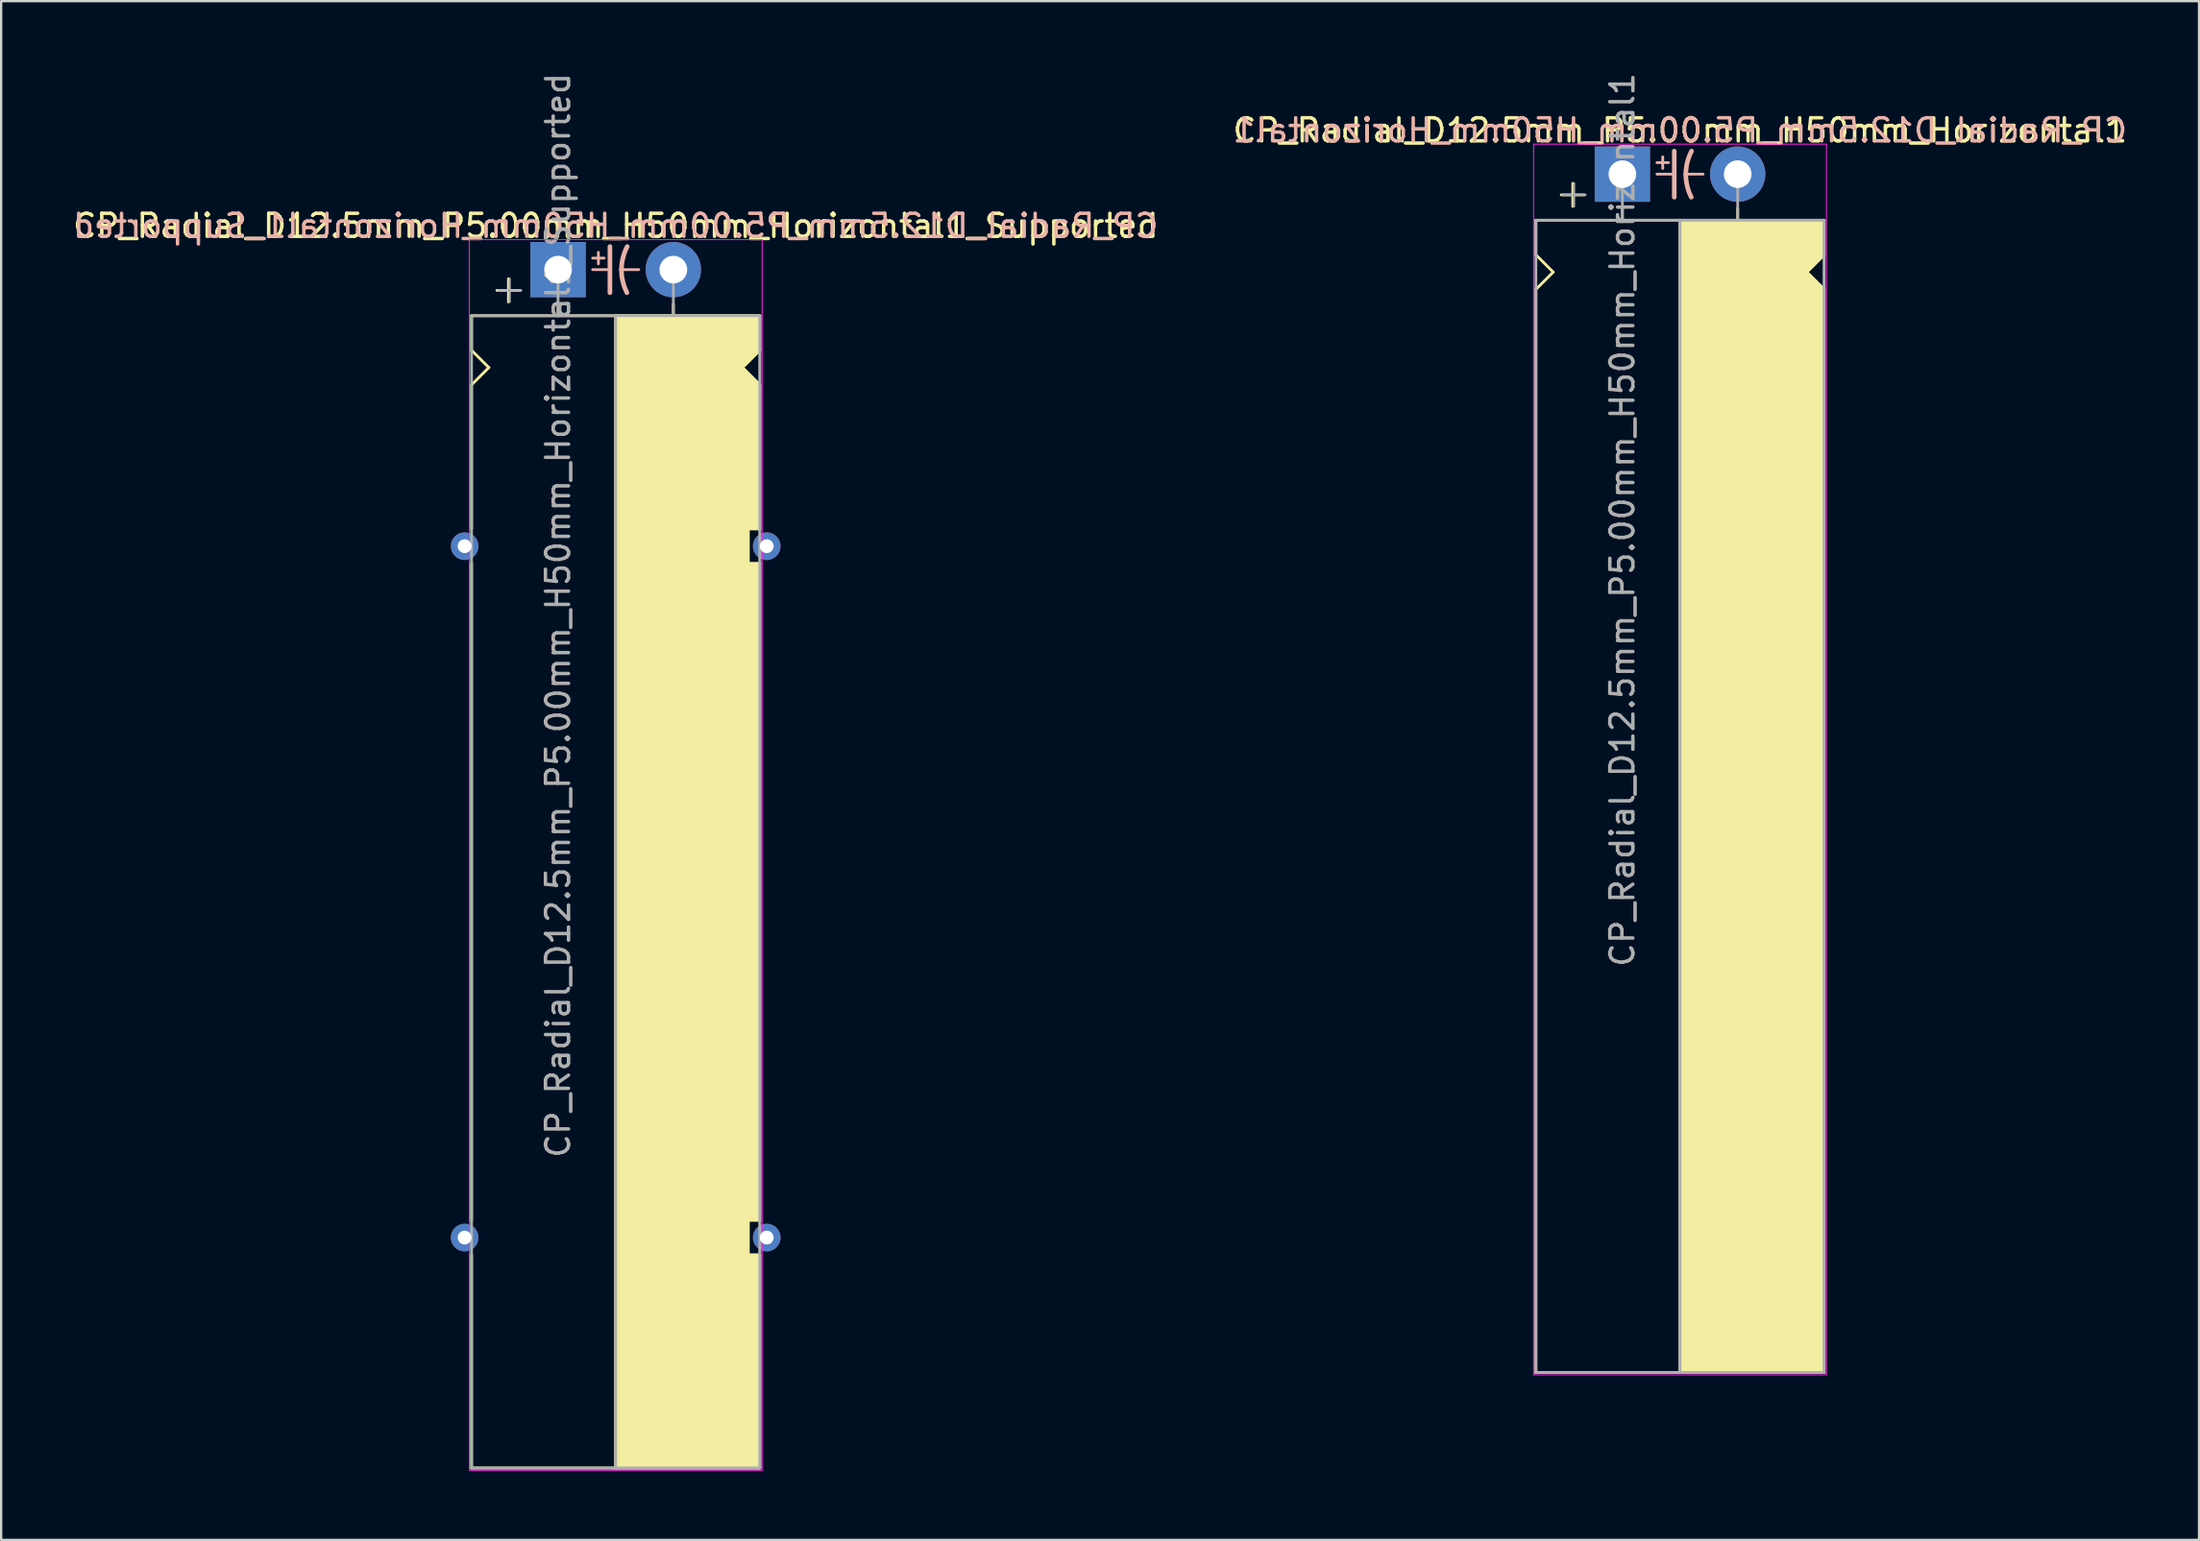
<source format=kicad_pcb>
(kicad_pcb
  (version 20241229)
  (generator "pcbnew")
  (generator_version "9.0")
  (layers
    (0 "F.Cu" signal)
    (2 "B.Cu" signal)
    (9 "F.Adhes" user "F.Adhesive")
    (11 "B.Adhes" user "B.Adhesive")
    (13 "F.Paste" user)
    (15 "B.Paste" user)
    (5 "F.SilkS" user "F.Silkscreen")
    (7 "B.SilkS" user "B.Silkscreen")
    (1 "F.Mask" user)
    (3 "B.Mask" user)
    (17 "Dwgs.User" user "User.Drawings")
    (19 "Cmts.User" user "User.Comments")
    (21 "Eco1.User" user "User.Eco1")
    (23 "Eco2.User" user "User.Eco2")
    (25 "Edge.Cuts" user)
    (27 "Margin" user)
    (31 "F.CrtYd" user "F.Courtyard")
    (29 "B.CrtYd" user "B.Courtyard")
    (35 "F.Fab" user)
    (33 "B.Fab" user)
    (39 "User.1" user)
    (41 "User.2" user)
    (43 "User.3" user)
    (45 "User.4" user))
  (footprint "CP_Radial_D12.5mm_P5.00mm_H50mm_Horizontal1"
    (layer "F.Cu")
    (at 67.304 4.506)
    (property "Reference" "CP_Radial_D12.5mm_P5.00mm_H50mm_Horizontal1" (at 2.5 -1.9 180) (layer "F.SilkS") (effects (font (size 1 1) (thickness 0.15))))
    (fp_line (start -3.75 2) (end -3.75 3.5) (stroke (width 0.12) (type solid)) (layer "F.SilkS"))
    (fp_line (start -3.75 3.5) (end -3 4.25) (stroke (width 0.12) (type solid)) (layer "F.SilkS"))
    (fp_line (start -3.75 5) (end -3.75 52) (stroke (width 0.12) (type solid)) (layer "F.SilkS"))
    (fp_line (start -3 4.25) (end -3.75 5) (stroke (width 0.12) (type solid)) (layer "F.SilkS"))
    (fp_line (start -2.15 0.4) (end -2.15 1.4) (stroke (width 0.12) (type solid)) (layer "F.SilkS"))
    (fp_line (start -1.65 0.9) (end -2.65 0.9) (stroke (width 0.12) (type solid)) (layer "F.SilkS"))
    (fp_line (start 0 1.5) (end 0 2) (stroke (width 0.12) (type solid)) (layer "F.SilkS"))
    (fp_line (start 2.5 2) (end -3.75 2) (stroke (width 0.12) (type solid)) (layer "F.SilkS"))
    (fp_line (start 2.5 2) (end 2.5 52) (stroke (width 0.12) (type solid)) (layer "F.SilkS"))
    (fp_line (start 2.5 2) (end 8.75 2) (stroke (width 0.12) (type solid)) (layer "F.SilkS"))
    (fp_line (start 5 1.5) (end 5 2) (stroke (width 0.12) (type solid)) (layer "F.SilkS"))
    (fp_line (start 8 4.25) (end 8.75 5) (stroke (width 0.12) (type solid)) (layer "F.SilkS"))
    (fp_line (start 8.75 2) (end 8.75 3.5) (stroke (width 0.12) (type solid)) (layer "F.SilkS"))
    (fp_line (start 8.75 3.5) (end 8 4.25) (stroke (width 0.12) (type solid)) (layer "F.SilkS"))
    (fp_line (start 8.75 5) (end 8.75 52) (stroke (width 0.12) (type solid)) (layer "F.SilkS"))
    (fp_line (start 8.75 52) (end -3.75 52) (stroke (width 0.12) (type solid)) (layer "F.SilkS"))
    (fp_poly (pts (xy 8.75 3.5) (xy 8 4.25) (xy 8.75 5) (xy 8.75 52) (xy 2.5 52) (xy 2.5 2) (xy 8.75 2)) (stroke (width 0.1) (type solid)) (fill yes) (layer "F.SilkS"))
    (fp_line (start 1.5 -0.5) (end 2 -0.5) (stroke (width 0.12) (type solid)) (layer "B.SilkS"))
    (fp_line (start 1.5 0) (end 2.25 0) (stroke (width 0.12) (type solid)) (layer "B.SilkS"))
    (fp_line (start 1.75 -0.75) (end 1.75 -0.25) (stroke (width 0.12) (type solid)) (layer "B.SilkS"))
    (fp_line (start 2.25 1) (end 2.25 -1) (stroke (width 0.2) (type solid)) (layer "B.SilkS"))
    (fp_line (start 3.5 0) (end 2.75 0) (stroke (width 0.12) (type solid)) (layer "B.SilkS"))
    (fp_arc (start 2.75 0) (mid 2.816707 -0.514573) (end 3 -1) (stroke (width 0.2) (type solid)) (layer "B.SilkS"))
    (fp_arc (start 2.987539 1) (mid 2.810247 0.513901) (end 2.75 0) (stroke (width 0.2) (type solid)) (layer "B.SilkS"))
    (fp_line (start -3.85 -1.3) (end 8.85 -1.3) (stroke (width 0.04) (type solid)) (layer "F.CrtYd"))
    (fp_line (start -3.85 52.1) (end -3.85 -1.3) (stroke (width 0.04) (type solid)) (layer "F.CrtYd"))
    (fp_line (start 8.85 -1.3) (end 8.85 52.1) (stroke (width 0.04) (type solid)) (layer "F.CrtYd"))
    (fp_line (start 8.85 52.1) (end -3.85 52.1) (stroke (width 0.04) (type solid)) (layer "F.CrtYd"))
    (fp_line (start -3.75 2) (end -3.75 52) (stroke (width 0.12) (type solid)) (layer "F.Fab"))
    (fp_line (start -3.75 52) (end 8.75 52) (stroke (width 0.12) (type solid)) (layer "F.Fab"))
    (fp_line (start -2.6 0.9) (end -1.6 0.9) (stroke (width 0.1) (type solid)) (layer "F.Fab"))
    (fp_line (start -2.1 1.4) (end -2.1 0.4) (stroke (width 0.1) (type solid)) (layer "F.Fab"))
    (fp_line (start 0 0) (end 0 2) (stroke (width 0.12) (type solid)) (layer "F.Fab"))
    (fp_line (start 0 2) (end -3.75 2) (stroke (width 0.12) (type solid)) (layer "F.Fab"))
    (fp_line (start 2.5 2) (end 2.5 52) (stroke (width 0.12) (type solid)) (layer "F.Fab"))
    (fp_line (start 5 2) (end 5 0) (stroke (width 0.12) (type solid)) (layer "F.Fab"))
    (fp_line (start 8.75 2) (end 0 2) (stroke (width 0.12) (type solid)) (layer "F.Fab"))
    (fp_line (start 8.75 52) (end 8.75 2) (stroke (width 0.12) (type solid)) (layer "F.Fab"))
    (fp_poly (pts (xy 8.75 52) (xy 2.5 52) (xy 2.5 2) (xy 8.75 2)) (stroke (width 0.1) (type solid)) (fill no) (layer "F.Fab"))
    (fp_text user "${REFERENCE}" (at 2.5 -1.9 0) (layer "B.SilkS") (effects (font (size 1 1) (thickness 0.15)) (justify mirror)))
    (fp_text user "${REFERENCE}" (at 0 15 90) (layer "F.Fab") (effects (font (size 1 1) (thickness 0.15))))
    (pad "1" thru_hole rect (at 0 0) (size 2.4 2.4) (drill 1.2) (layers "*.Cu" "*.Mask"))
    (pad "2" thru_hole circle (at 5 0) (size 2.4 2.4) (drill 1.2) (layers "*.Cu" "*.Mask")))
  (footprint "CP_Radial_D12.5mm_P5.00mm_H50mm_Horizontal1_Supported"
    (layer "F.Cu")
    (at 21.149 8.649)
    (property "Reference" "CP_Radial_D12.5mm_P5.00mm_H50mm_Horizontal1_Supported" (at 2.5 -1.9 180) (layer "F.SilkS") (effects (font (size 1 1) (thickness 0.15))))
    (fp_line (start -3.75 2) (end -3.75 3.5) (stroke (width 0.12) (type solid)) (layer "F.SilkS"))
    (fp_line (start -3.75 3.5) (end -3 4.25) (stroke (width 0.12) (type solid)) (layer "F.SilkS"))
    (fp_line (start -3.75 5) (end -3.75 11.25) (stroke (width 0.12) (type solid)) (layer "F.SilkS"))
    (fp_line (start -3.75 12.75) (end -3.75 41.25) (stroke (width 0.12) (type solid)) (layer "F.SilkS"))
    (fp_line (start -3.75 52) (end -3.75 42.75) (stroke (width 0.12) (type solid)) (layer "F.SilkS"))
    (fp_line (start -3 4.25) (end -3.75 5) (stroke (width 0.12) (type solid)) (layer "F.SilkS"))
    (fp_line (start -2.15 0.4) (end -2.15 1.4) (stroke (width 0.12) (type solid)) (layer "F.SilkS"))
    (fp_line (start -1.65 0.9) (end -2.65 0.9) (stroke (width 0.12) (type solid)) (layer "F.SilkS"))
    (fp_line (start 0 1.5) (end 0 2) (stroke (width 0.12) (type solid)) (layer "F.SilkS"))
    (fp_line (start 2.5 2) (end -3.75 2) (stroke (width 0.12) (type solid)) (layer "F.SilkS"))
    (fp_line (start 2.5 2) (end 2.5 52) (stroke (width 0.12) (type solid)) (layer "F.SilkS"))
    (fp_line (start 2.5 2) (end 8.75 2) (stroke (width 0.12) (type solid)) (layer "F.SilkS"))
    (fp_line (start 5 1.5) (end 5 2) (stroke (width 0.12) (type solid)) (layer "F.SilkS"))
    (fp_line (start 8 4.25) (end 8.75 5) (stroke (width 0.12) (type solid)) (layer "F.SilkS"))
    (fp_line (start 8.25 11.25) (end 8.75 11.25) (stroke (width 0.12) (type solid)) (layer "F.SilkS"))
    (fp_line (start 8.25 12.75) (end 8.25 11.25) (stroke (width 0.12) (type solid)) (layer "F.SilkS"))
    (fp_line (start 8.25 41.25) (end 8.75 41.25) (stroke (width 0.12) (type solid)) (layer "F.SilkS"))
    (fp_line (start 8.25 42.75) (end 8.25 41.25) (stroke (width 0.12) (type solid)) (layer "F.SilkS"))
    (fp_line (start 8.75 2) (end 8.75 3.5) (stroke (width 0.12) (type solid)) (layer "F.SilkS"))
    (fp_line (start 8.75 3.5) (end 8 4.25) (stroke (width 0.12) (type solid)) (layer "F.SilkS"))
    (fp_line (start 8.75 5) (end 8.75 11.25) (stroke (width 0.12) (type solid)) (layer "F.SilkS"))
    (fp_line (start 8.75 12.75) (end 8.25 12.75) (stroke (width 0.12) (type solid)) (layer "F.SilkS"))
    (fp_line (start 8.75 12.75) (end 8.75 41.25) (stroke (width 0.12) (type solid)) (layer "F.SilkS"))
    (fp_line (start 8.75 42.75) (end 8.25 42.75) (stroke (width 0.12) (type solid)) (layer "F.SilkS"))
    (fp_line (start 8.75 52) (end -3.75 52) (stroke (width 0.12) (type solid)) (layer "F.SilkS"))
    (fp_line (start 8.75 52) (end 8.75 42.75) (stroke (width 0.12) (type solid)) (layer "F.SilkS"))
    (fp_poly (pts (xy 8.75 3.5) (xy 8 4.25) (xy 8.75 5) (xy 8.75 11.25) (xy 8.25 11.25) (xy 8.25 12.75) (xy 8.75 12.75) (xy 8.75 41.25) (xy 8.25 41.25) (xy 8.25 42.75) (xy 8.75 42.75) (xy 8.75 52) (xy 2.5 52) (xy 2.5 2) (xy 8.75 2)) (stroke (width 0.1) (type solid)) (fill yes) (layer "F.SilkS"))
    (fp_line (start 1.5 -0.5) (end 2 -0.5) (stroke (width 0.12) (type solid)) (layer "B.SilkS"))
    (fp_line (start 1.5 0) (end 2.25 0) (stroke (width 0.12) (type solid)) (layer "B.SilkS"))
    (fp_line (start 1.75 -0.75) (end 1.75 -0.25) (stroke (width 0.12) (type solid)) (layer "B.SilkS"))
    (fp_line (start 2.25 1) (end 2.25 -1) (stroke (width 0.2) (type solid)) (layer "B.SilkS"))
    (fp_line (start 3.5 0) (end 2.75 0) (stroke (width 0.12) (type solid)) (layer "B.SilkS"))
    (fp_arc (start 2.75 0) (mid 2.816707 -0.514573) (end 3 -1) (stroke (width 0.2) (type solid)) (layer "B.SilkS"))
    (fp_arc (start 2.987539 1) (mid 2.810247 0.513901) (end 2.75 0) (stroke (width 0.2) (type solid)) (layer "B.SilkS"))
    (fp_line (start -3.85 -1.3) (end 8.85 -1.3) (stroke (width 0.04) (type solid)) (layer "F.CrtYd"))
    (fp_line (start -3.85 52.1) (end -3.85 -1.3) (stroke (width 0.04) (type solid)) (layer "F.CrtYd"))
    (fp_line (start 8.85 -1.3) (end 8.85 52.1) (stroke (width 0.04) (type solid)) (layer "F.CrtYd"))
    (fp_line (start 8.85 52.1) (end -3.85 52.1) (stroke (width 0.04) (type solid)) (layer "F.CrtYd"))
    (fp_line (start -3.75 2) (end -3.75 52) (stroke (width 0.12) (type solid)) (layer "F.Fab"))
    (fp_line (start -3.75 52) (end 8.75 52) (stroke (width 0.12) (type solid)) (layer "F.Fab"))
    (fp_line (start -2.6 0.9) (end -1.6 0.9) (stroke (width 0.1) (type solid)) (layer "F.Fab"))
    (fp_line (start -2.1 1.4) (end -2.1 0.4) (stroke (width 0.1) (type solid)) (layer "F.Fab"))
    (fp_line (start 0 0) (end 0 2) (stroke (width 0.12) (type solid)) (layer "F.Fab"))
    (fp_line (start 0 2) (end -3.75 2) (stroke (width 0.12) (type solid)) (layer "F.Fab"))
    (fp_line (start 2.5 2) (end 2.5 52) (stroke (width 0.12) (type solid)) (layer "F.Fab"))
    (fp_line (start 5 2) (end 5 0) (stroke (width 0.12) (type solid)) (layer "F.Fab"))
    (fp_line (start 8.75 2) (end 0 2) (stroke (width 0.12) (type solid)) (layer "F.Fab"))
    (fp_line (start 8.75 52) (end 8.75 2) (stroke (width 0.12) (type solid)) (layer "F.Fab"))
    (fp_poly (pts (xy 8.75 52) (xy 2.5 52) (xy 2.5 2) (xy 8.75 2)) (stroke (width 0.1) (type solid)) (fill no) (layer "F.Fab"))
    (fp_text user "${REFERENCE}" (at 2.5 -1.9 0) (layer "B.SilkS") (effects (font (size 1 1) (thickness 0.15)) (justify mirror)))
    (fp_text user "${REFERENCE}" (at 0 15 90) (layer "F.Fab") (effects (font (size 1 1) (thickness 0.15))))
    (pad "1" thru_hole rect (at 0 0) (size 2.4 2.4) (drill 1.2) (layers "*.Cu" "*.Mask"))
    (pad "2" thru_hole circle (at 5 0) (size 2.4 2.4) (drill 1.2) (layers "*.Cu" "*.Mask"))
    (pad "~" thru_hole circle (at -4.05 12) (size 1.2 1.2) (drill 0.6) (layers "*.Cu" "*.Mask"))
    (pad "~" thru_hole circle (at -4.05 42) (size 1.2 1.2) (drill 0.6) (layers "*.Cu" "*.Mask"))
    (pad "~" thru_hole circle (at 9.05 12) (size 1.2 1.2) (drill 0.6) (layers "*.Cu" "*.Mask"))
    (pad "~" thru_hole circle (at 9.05 42) (size 1.2 1.2) (drill 0.6) (layers "*.Cu" "*.Mask")))
  (gr_rect
    (start -3 -3)
    (end 92.31 63.769)
    (stroke (width 0.1) (type default))
    (fill no)
    (layer "Edge.Cuts")))
</source>
